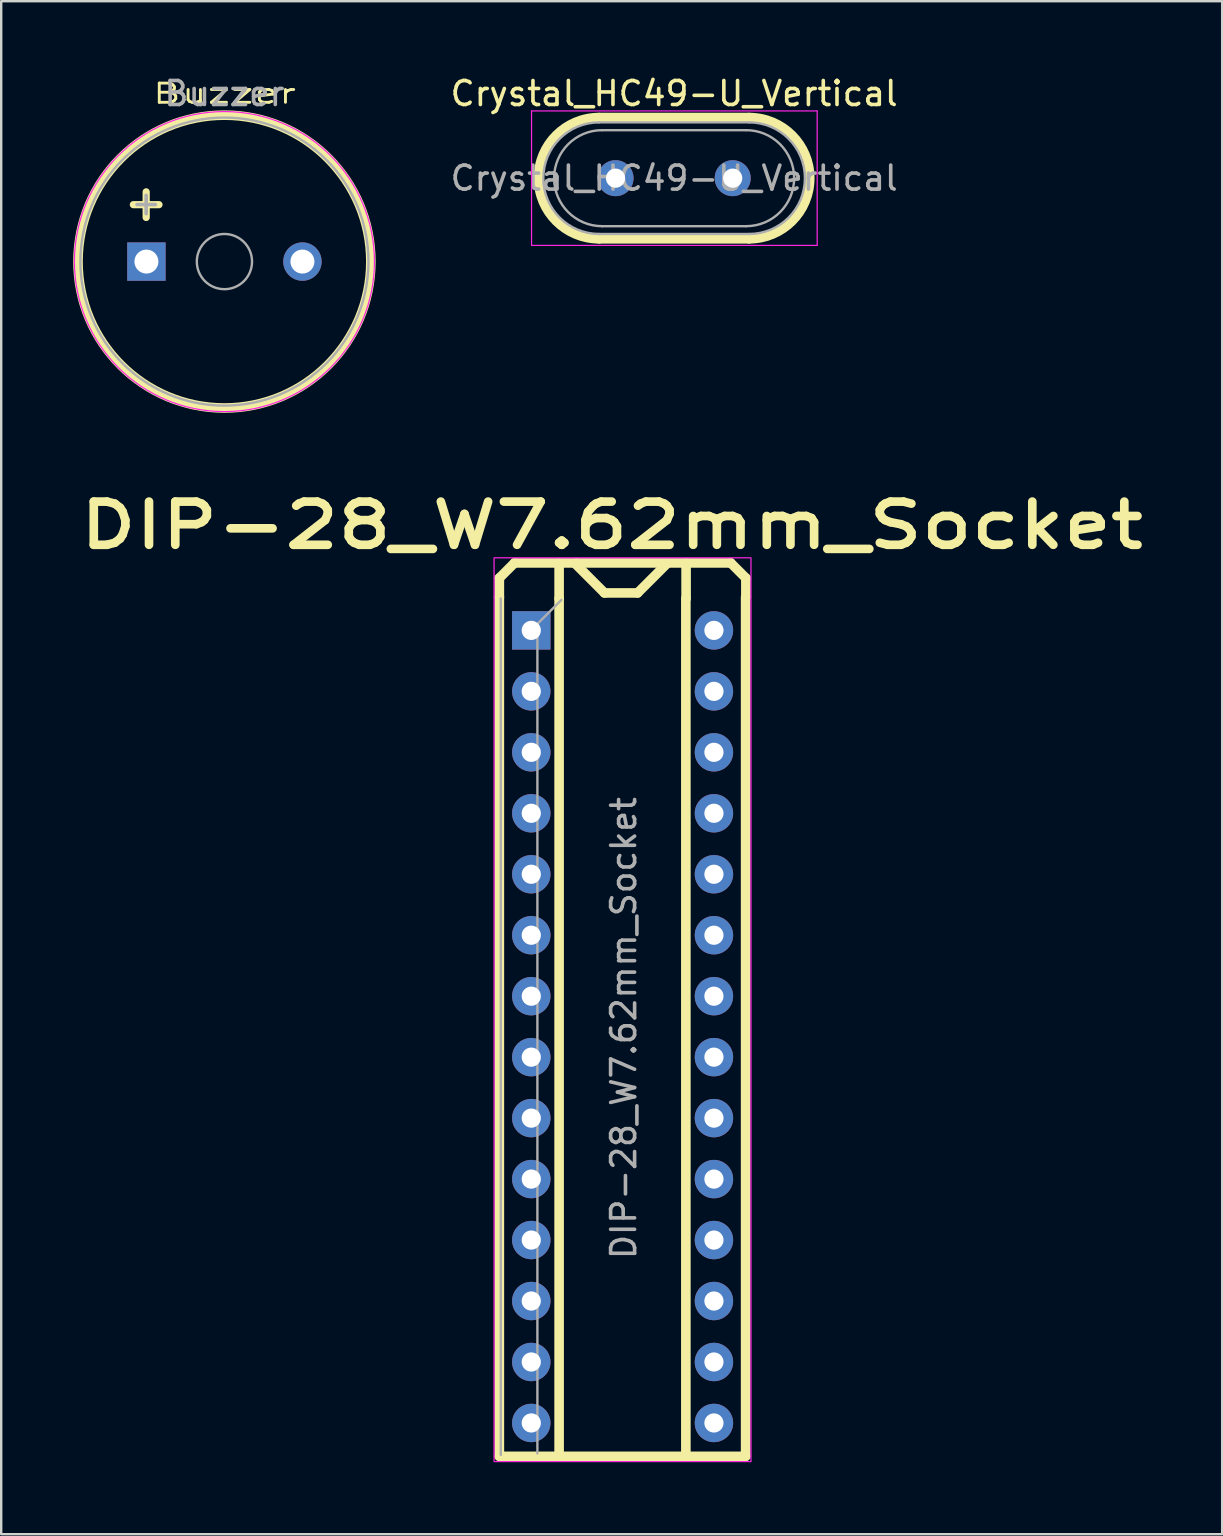
<source format=kicad_pcb>
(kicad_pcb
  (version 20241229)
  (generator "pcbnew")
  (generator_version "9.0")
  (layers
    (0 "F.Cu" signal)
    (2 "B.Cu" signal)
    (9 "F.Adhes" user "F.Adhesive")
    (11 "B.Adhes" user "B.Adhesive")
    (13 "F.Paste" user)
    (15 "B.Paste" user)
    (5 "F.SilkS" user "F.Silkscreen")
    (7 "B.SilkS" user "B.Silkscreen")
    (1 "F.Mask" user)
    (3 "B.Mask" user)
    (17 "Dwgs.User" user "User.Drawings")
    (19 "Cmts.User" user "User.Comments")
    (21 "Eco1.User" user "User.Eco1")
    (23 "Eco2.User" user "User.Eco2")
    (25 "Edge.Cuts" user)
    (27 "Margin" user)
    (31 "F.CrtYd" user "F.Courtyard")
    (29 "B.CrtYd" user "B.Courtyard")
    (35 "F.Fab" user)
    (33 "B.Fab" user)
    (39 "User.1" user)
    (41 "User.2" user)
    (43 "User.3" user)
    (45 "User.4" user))
  (footprint "DIP-28_W7.62mm_Socket"
    (layer "F.Cu")
    (at 19.074 23.233)
    (property "Reference" "DIP-28_W7.62mm_Socket" (at 3.36 -4.4 0) (layer "F.SilkS") (effects (font (size 1.8 2.3) (thickness 0.36) (bold yes))))
    (attr through_hole)
    (fp_line (start -1.32 -2.2) (end -0.69 -2.83) (stroke (width 0.4) (type default)) (layer "F.SilkS"))
    (fp_line (start -1.32 -1.41) (end -1.32 -2.2) (stroke (width 0.4) (type default)) (layer "F.SilkS"))
    (fp_line (start -1.32 -1.41) (end -1.32 34.39) (stroke (width 0.4) (type solid)) (layer "F.SilkS"))
    (fp_line (start -1.32 34.39) (end 8.94 34.39) (stroke (width 0.4) (type solid)) (layer "F.SilkS"))
    (fp_line (start -0.69 -2.83) (end 1.9 -2.83) (stroke (width 0.4) (type default)) (layer "F.SilkS"))
    (fp_line (start 1.17 -1.35) (end 1.17 -2.82) (stroke (width 0.4) (type default)) (layer "F.SilkS"))
    (fp_line (start 1.17 -1.35) (end 1.17 34.33) (stroke (width 0.4) (type solid)) (layer "F.SilkS"))
    (fp_line (start 1.85 -2.79) (end 3.06 -1.58) (stroke (width 0.4) (type default)) (layer "F.SilkS"))
    (fp_line (start 3.06 -1.58) (end 4.44 -1.58) (stroke (width 0.4) (type default)) (layer "F.SilkS"))
    (fp_line (start 5.65 -2.79) (end 4.44 -1.58) (stroke (width 0.4) (type default)) (layer "F.SilkS"))
    (fp_line (start 6.45 34.33) (end 6.45 -1.35) (stroke (width 0.4) (type solid)) (layer "F.SilkS"))
    (fp_line (start 6.46 -1.35) (end 6.46 -2.82) (stroke (width 0.4) (type default)) (layer "F.SilkS"))
    (fp_line (start 8.32 -2.83) (end 1.9 -2.83) (stroke (width 0.4) (type default)) (layer "F.SilkS"))
    (fp_line (start 8.94 34.39) (end 8.94 -1.41) (stroke (width 0.4) (type solid)) (layer "F.SilkS"))
    (fp_line (start 8.95 -2.2) (end 8.32 -2.83) (stroke (width 0.4) (type default)) (layer "F.SilkS"))
    (fp_line (start 8.95 -1.41) (end 8.95 -2.2) (stroke (width 0.4) (type default)) (layer "F.SilkS"))
    (fp_rect (start -1.54 -3.043) (end 9.163 34.61) (stroke (width 0.05) (type default)) (fill no) (layer "F.CrtYd"))
    (fp_line (start -1.26 -1.35) (end -1.26 34.33) (stroke (width 0.1) (type solid)) (layer "F.Fab"))
    (fp_line (start 0.265 -0.29) (end 1.265 -1.29) (stroke (width 0.1) (type solid)) (layer "F.Fab"))
    (fp_line (start 0.265 34.27) (end 0.265 -0.29) (stroke (width 0.1) (type solid)) (layer "F.Fab"))
    (fp_text user "${REFERENCE}" (at 3.86 16.55 90) (layer "F.Fab") (effects (font (size 1 1) (thickness 0.15))))
    (pad "1" thru_hole rect (at 0.01 -0.02) (size 1.6 1.6) (drill 0.8) (layers "*.Cu" "*.Mask"))
    (pad "2" thru_hole oval (at 0.01 2.52) (size 1.6 1.6) (drill 0.8) (layers "*.Cu" "*.Mask"))
    (pad "3" thru_hole oval (at 0.01 5.06) (size 1.6 1.6) (drill 0.8) (layers "*.Cu" "*.Mask"))
    (pad "4" thru_hole oval (at 0.01 7.6) (size 1.6 1.6) (drill 0.8) (layers "*.Cu" "*.Mask"))
    (pad "5" thru_hole oval (at 0.01 10.14) (size 1.6 1.6) (drill 0.8) (layers "*.Cu" "*.Mask"))
    (pad "6" thru_hole oval (at 0.01 12.68) (size 1.6 1.6) (drill 0.8) (layers "*.Cu" "*.Mask"))
    (pad "7" thru_hole oval (at 0.01 15.22) (size 1.6 1.6) (drill 0.8) (layers "*.Cu" "*.Mask"))
    (pad "8" thru_hole oval (at 0.01 17.76) (size 1.6 1.6) (drill 0.8) (layers "*.Cu" "*.Mask"))
    (pad "9" thru_hole oval (at 0.01 20.3) (size 1.6 1.6) (drill 0.8) (layers "*.Cu" "*.Mask"))
    (pad "10" thru_hole oval (at 0.01 22.84) (size 1.6 1.6) (drill 0.8) (layers "*.Cu" "*.Mask"))
    (pad "11" thru_hole oval (at 0.01 25.38) (size 1.6 1.6) (drill 0.8) (layers "*.Cu" "*.Mask"))
    (pad "12" thru_hole oval (at 0.01 27.92) (size 1.6 1.6) (drill 0.8) (layers "*.Cu" "*.Mask"))
    (pad "13" thru_hole oval (at 0.01 30.46) (size 1.6 1.6) (drill 0.8) (layers "*.Cu" "*.Mask"))
    (pad "14" thru_hole oval (at 0.01 33) (size 1.6 1.6) (drill 0.8) (layers "*.Cu" "*.Mask"))
    (pad "15" thru_hole oval (at 7.62 33) (size 1.6 1.6) (drill 0.8) (layers "*.Cu" "*.Mask"))
    (pad "16" thru_hole oval (at 7.62 30.46) (size 1.6 1.6) (drill 0.8) (layers "*.Cu" "*.Mask"))
    (pad "17" thru_hole oval (at 7.62 27.92) (size 1.6 1.6) (drill 0.8) (layers "*.Cu" "*.Mask"))
    (pad "18" thru_hole oval (at 7.62 25.38) (size 1.6 1.6) (drill 0.8) (layers "*.Cu" "*.Mask"))
    (pad "19" thru_hole oval (at 7.62 22.84) (size 1.6 1.6) (drill 0.8) (layers "*.Cu" "*.Mask"))
    (pad "20" thru_hole oval (at 7.62 20.3) (size 1.6 1.6) (drill 0.8) (layers "*.Cu" "*.Mask"))
    (pad "21" thru_hole oval (at 7.62 17.76) (size 1.6 1.6) (drill 0.8) (layers "*.Cu" "*.Mask"))
    (pad "22" thru_hole oval (at 7.62 15.22) (size 1.6 1.6) (drill 0.8) (layers "*.Cu" "*.Mask"))
    (pad "23" thru_hole oval (at 7.62 12.68) (size 1.6 1.6) (drill 0.8) (layers "*.Cu" "*.Mask"))
    (pad "24" thru_hole oval (at 7.62 10.14) (size 1.6 1.6) (drill 0.8) (layers "*.Cu" "*.Mask"))
    (pad "25" thru_hole oval (at 7.62 7.6) (size 1.6 1.6) (drill 0.8) (layers "*.Cu" "*.Mask"))
    (pad "26" thru_hole oval (at 7.62 5.06) (size 1.6 1.6) (drill 0.8) (layers "*.Cu" "*.Mask"))
    (pad "27" thru_hole oval (at 7.62 2.52) (size 1.6 1.6) (drill 0.8) (layers "*.Cu" "*.Mask"))
    (pad "28" thru_hole oval (at 7.62 -0.02) (size 1.6 1.6) (drill 0.8) (layers "*.Cu" "*.Mask")))
  (footprint "Buzzer"
    (layer "F.Cu")
    (at 3.05 7.848)
    (property "Reference" "Buzzer" (at 3.25 -7 0) (layer "F.SilkS") (effects (font (size 0.8 1.2) (thickness 0.12))))
    (attr through_hole)
    (fp_circle (center 3.25 0) (end 9.35 0) (stroke (width 0.4) (type solid)) (fill no) (layer "F.SilkS"))
    (fp_circle (center 3.25 0) (end 9.5 0) (stroke (width 0.05) (type solid)) (fill no) (layer "F.CrtYd"))
    (fp_circle (center 3.25 0) (end 4.4 0) (stroke (width 0.1) (type solid)) (fill no) (layer "F.Fab"))
    (fp_circle (center 3.25 0) (end 9.25 0) (stroke (width 0.1) (type solid)) (fill no) (layer "F.Fab"))
    (fp_text user "+" (at -0.01 -2.47 0) (layer "F.SilkS") (effects (font (size 1.4 1.4) (thickness 0.3) (bold yes))))
    (fp_text user "${REFERENCE}" (at 3.25 -7 0) (layer "F.Fab") (effects (font (size 1 1) (thickness 0.15))))
    (fp_text user "+" (at -0.01 -2.45 0) (layer "F.Fab") (effects (font (size 1 1) (thickness 0.15))))
    (pad "1" thru_hole rect (at 0 0) (size 1.6 1.6) (drill 1) (layers "*.Cu" "*.Mask"))
    (pad "2" thru_hole circle (at 6.5 0) (size 1.6 1.6) (drill 1) (layers "*.Cu" "*.Mask")))
  (footprint "Crystal_HC49-U_Vertical"
    (layer "F.Cu")
    (at 22.595 4.373)
    (property "Reference" "Crystal_HC49-U_Vertical" (at 2.44 -3.525 0) (layer "F.SilkS") (effects (font (size 1 1) (thickness 0.15))))
    (attr through_hole)
    (fp_line (start -0.685 -2.525) (end 5.565 -2.525) (stroke (width 0.4) (type solid)) (layer "F.SilkS"))
    (fp_line (start -0.685 2.525) (end 5.565 2.525) (stroke (width 0.4) (type solid)) (layer "F.SilkS"))
    (fp_arc (start -0.685 2.525) (mid -3.21 0) (end -0.685 -2.525) (stroke (width 0.4) (type solid)) (layer "F.SilkS"))
    (fp_arc (start 5.565 -2.525) (mid 8.09 0) (end 5.565 2.525) (stroke (width 0.4) (type solid)) (layer "F.SilkS"))
    (fp_line (start -3.5 -2.8) (end -3.5 2.8) (stroke (width 0.05) (type solid)) (layer "F.CrtYd"))
    (fp_line (start -3.5 2.8) (end 8.4 2.8) (stroke (width 0.05) (type solid)) (layer "F.CrtYd"))
    (fp_line (start 8.4 -2.8) (end -3.5 -2.8) (stroke (width 0.05) (type solid)) (layer "F.CrtYd"))
    (fp_line (start 8.4 2.8) (end 8.4 -2.8) (stroke (width 0.05) (type solid)) (layer "F.CrtYd"))
    (fp_line (start -0.685 -2.325) (end 5.565 -2.325) (stroke (width 0.1) (type solid)) (layer "F.Fab"))
    (fp_line (start -0.685 2.325) (end 5.565 2.325) (stroke (width 0.1) (type solid)) (layer "F.Fab"))
    (fp_line (start -0.56 -2) (end 5.44 -2) (stroke (width 0.1) (type solid)) (layer "F.Fab"))
    (fp_line (start -0.56 2) (end 5.44 2) (stroke (width 0.1) (type solid)) (layer "F.Fab"))
    (fp_arc (start -0.685 2.325) (mid -3.01 0) (end -0.685 -2.325) (stroke (width 0.1) (type solid)) (layer "F.Fab"))
    (fp_arc (start -0.56 2) (mid -2.56 0) (end -0.56 -2) (stroke (width 0.1) (type solid)) (layer "F.Fab"))
    (fp_arc (start 5.44 -2) (mid 7.44 0) (end 5.44 2) (stroke (width 0.1) (type solid)) (layer "F.Fab"))
    (fp_arc (start 5.565 -2.325) (mid 7.89 0) (end 5.565 2.325) (stroke (width 0.1) (type solid)) (layer "F.Fab"))
    (fp_text user "${REFERENCE}" (at 2.44 0 0) (layer "F.Fab") (effects (font (size 1 1) (thickness 0.15))))
    (pad "1" thru_hole circle (at 0 0) (size 1.5 1.5) (drill 0.8) (layers "*.Cu" "*.Mask"))
    (pad "2" thru_hole circle (at 4.88 0) (size 1.5 1.5) (drill 0.8) (layers "*.Cu" "*.Mask")))
  (gr_rect
    (start -3 -3)
    (end 47.868 60.868)
    (stroke (width 0.1) (type default))
    (fill no)
    (layer "Edge.Cuts")))
</source>
